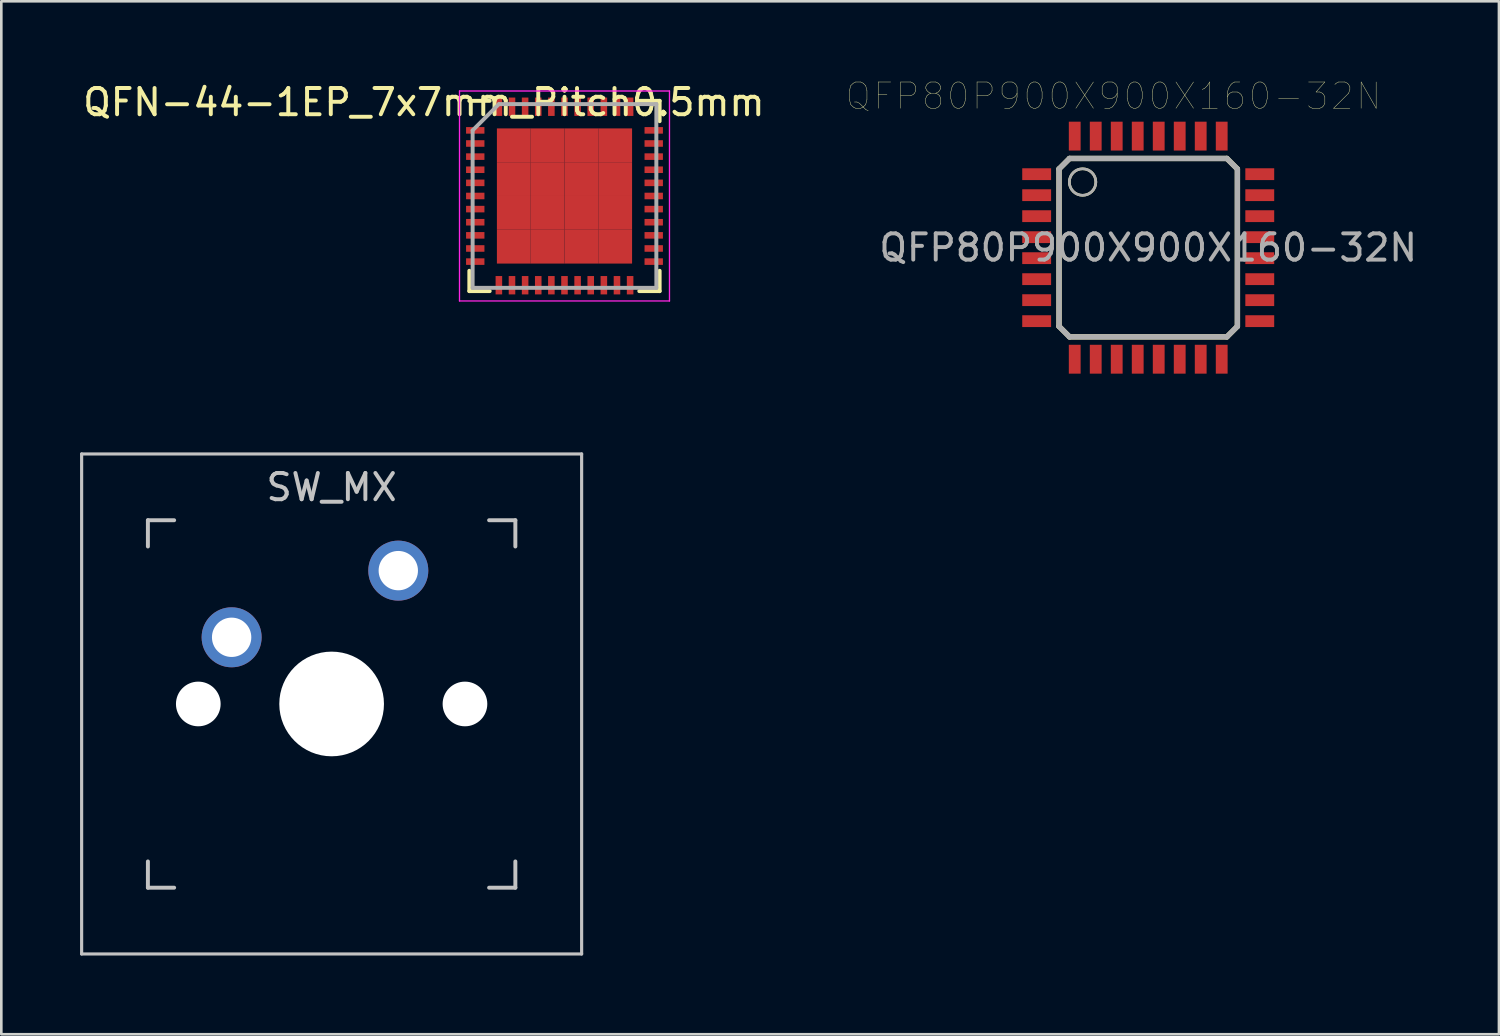
<source format=kicad_pcb>
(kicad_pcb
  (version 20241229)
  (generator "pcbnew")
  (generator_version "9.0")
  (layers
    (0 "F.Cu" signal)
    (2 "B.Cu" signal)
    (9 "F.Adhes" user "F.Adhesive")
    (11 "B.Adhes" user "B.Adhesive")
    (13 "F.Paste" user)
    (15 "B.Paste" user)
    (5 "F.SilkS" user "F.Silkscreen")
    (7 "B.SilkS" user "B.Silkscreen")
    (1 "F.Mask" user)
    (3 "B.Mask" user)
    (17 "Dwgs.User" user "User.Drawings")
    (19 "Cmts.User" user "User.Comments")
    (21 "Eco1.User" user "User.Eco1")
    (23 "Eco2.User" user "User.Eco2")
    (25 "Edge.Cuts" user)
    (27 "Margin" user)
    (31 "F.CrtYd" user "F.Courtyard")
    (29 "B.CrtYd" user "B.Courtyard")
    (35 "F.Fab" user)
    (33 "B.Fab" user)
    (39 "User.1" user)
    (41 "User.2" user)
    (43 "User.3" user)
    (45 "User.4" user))
  (footprint "SW_MX"
    (layer "F.Cu")
    (at 9.585 23.771)
    (property "Reference" "SW_MX" (at 0 -8.255 0) (layer "Dwgs.User") (effects (font (size 1 1) (thickness 0.15))))
    (attr through_hole)
    (fp_line (start -9.525 -9.525) (end -9.525 9.525) (stroke (width 0.12) (type solid)) (layer "Dwgs.User"))
    (fp_line (start -9.525 9.525) (end 9.525 9.525) (stroke (width 0.12) (type solid)) (layer "Dwgs.User"))
    (fp_line (start -7 -6) (end -7 -7) (stroke (width 0.15) (type solid)) (layer "Dwgs.User"))
    (fp_line (start -7 7) (end -7 6) (stroke (width 0.15) (type solid)) (layer "Dwgs.User"))
    (fp_line (start -7 7) (end -6 7) (stroke (width 0.15) (type solid)) (layer "Dwgs.User"))
    (fp_line (start -6 -7) (end -7 -7) (stroke (width 0.15) (type solid)) (layer "Dwgs.User"))
    (fp_line (start 6 7) (end 7 7) (stroke (width 0.15) (type solid)) (layer "Dwgs.User"))
    (fp_line (start 7 -7) (end 6 -7) (stroke (width 0.15) (type solid)) (layer "Dwgs.User"))
    (fp_line (start 7 -7) (end 7 -6) (stroke (width 0.15) (type solid)) (layer "Dwgs.User"))
    (fp_line (start 7 6) (end 7 7) (stroke (width 0.15) (type solid)) (layer "Dwgs.User"))
    (fp_line (start 9.525 -9.525) (end -9.525 -9.525) (stroke (width 0.12) (type solid)) (layer "Dwgs.User"))
    (fp_line (start 9.525 9.525) (end 9.525 -9.525) (stroke (width 0.12) (type solid)) (layer "Dwgs.User"))
    (fp_line (start -6.9 6.9) (end -6.9 -6.9) (stroke (width 0.15) (type solid)) (layer "Eco2.User"))
    (fp_line (start -6.9 6.9) (end 6.9 6.9) (stroke (width 0.15) (type solid)) (layer "Eco2.User"))
    (fp_line (start 6.9 -6.9) (end -6.9 -6.9) (stroke (width 0.15) (type solid)) (layer "Eco2.User"))
    (fp_line (start 6.9 -6.9) (end 6.9 6.9) (stroke (width 0.15) (type solid)) (layer "Eco2.User"))
    (pad "" np_thru_hole circle (at -5.08 0) (size 1.702 1.702) (drill 1.702) (layers "*.Cu" "*.Mask"))
    (pad "" np_thru_hole circle (at 0 0) (size 3.988 3.988) (drill 3.988) (layers "*.Cu" "*.Mask"))
    (pad "" np_thru_hole circle (at 5.08 0) (size 1.702 1.702) (drill 1.702) (layers "*.Cu" "*.Mask"))
    (pad "1" thru_hole circle (at -3.81 -2.54) (size 2.286 2.286) (drill 1.499) (layers "*.Cu" "*.Mask"))
    (pad "2" thru_hole circle (at 2.54 -5.08) (size 2.286 2.286) (drill 1.499) (layers "*.Cu" "*.Mask")))
  (footprint "QFN-44-1EP_7x7mm_Pitch0.5mm"
    (layer "F.Cu")
    (at 18.457 4.417)
    (property "Reference" "QFN-44-1EP_7x7mm_Pitch0.5mm" (at -5.356 -3.569 0) (layer "F.SilkS") (effects (font (size 1 1) (thickness 0.15))))
    (attr smd)
    (fp_line (start -3.625 -3.625) (end -2.85 -3.625) (stroke (width 0.15) (type solid)) (layer "F.SilkS"))
    (fp_line (start -3.625 3.625) (end -3.625 2.85) (stroke (width 0.15) (type solid)) (layer "F.SilkS"))
    (fp_line (start -3.625 3.625) (end -2.85 3.625) (stroke (width 0.15) (type solid)) (layer "F.SilkS"))
    (fp_line (start 3.625 -3.625) (end 2.85 -3.625) (stroke (width 0.15) (type solid)) (layer "F.SilkS"))
    (fp_line (start 3.625 -3.625) (end 3.625 -2.85) (stroke (width 0.15) (type solid)) (layer "F.SilkS"))
    (fp_line (start 3.625 3.625) (end 2.85 3.625) (stroke (width 0.15) (type solid)) (layer "F.SilkS"))
    (fp_line (start 3.625 3.625) (end 3.625 2.85) (stroke (width 0.15) (type solid)) (layer "F.SilkS"))
    (fp_line (start -4 -4) (end -4 4) (stroke (width 0.05) (type solid)) (layer "F.CrtYd"))
    (fp_line (start -4 -4) (end 4 -4) (stroke (width 0.05) (type solid)) (layer "F.CrtYd"))
    (fp_line (start -4 4) (end 4 4) (stroke (width 0.05) (type solid)) (layer "F.CrtYd"))
    (fp_line (start 4 -4) (end 4 4) (stroke (width 0.05) (type solid)) (layer "F.CrtYd"))
    (fp_line (start -3.5 -2.5) (end -2.5 -3.5) (stroke (width 0.15) (type solid)) (layer "F.Fab"))
    (fp_line (start -3.5 3.5) (end -3.5 -2.5) (stroke (width 0.15) (type solid)) (layer "F.Fab"))
    (fp_line (start -2.5 -3.5) (end 3.5 -3.5) (stroke (width 0.15) (type solid)) (layer "F.Fab"))
    (fp_line (start 3.5 -3.5) (end 3.5 3.5) (stroke (width 0.15) (type solid)) (layer "F.Fab"))
    (fp_line (start 3.5 3.5) (end -3.5 3.5) (stroke (width 0.15) (type solid)) (layer "F.Fab"))
    (pad "1" smd rect (at -3.4 -2.5) (size 0.7 0.25) (layers "F.Cu" "F.Mask" "F.Paste"))
    (pad "2" smd rect (at -3.4 -2) (size 0.7 0.25) (layers "F.Cu" "F.Mask" "F.Paste"))
    (pad "3" smd rect (at -3.4 -1.5) (size 0.7 0.25) (layers "F.Cu" "F.Mask" "F.Paste"))
    (pad "4" smd rect (at -3.4 -1) (size 0.7 0.25) (layers "F.Cu" "F.Mask" "F.Paste"))
    (pad "5" smd rect (at -3.4 -0.5) (size 0.7 0.25) (layers "F.Cu" "F.Mask" "F.Paste"))
    (pad "6" smd rect (at -3.4 0) (size 0.7 0.25) (layers "F.Cu" "F.Mask" "F.Paste"))
    (pad "7" smd rect (at -3.4 0.5) (size 0.7 0.25) (layers "F.Cu" "F.Mask" "F.Paste"))
    (pad "8" smd rect (at -3.4 1) (size 0.7 0.25) (layers "F.Cu" "F.Mask" "F.Paste"))
    (pad "9" smd rect (at -3.4 1.5) (size 0.7 0.25) (layers "F.Cu" "F.Mask" "F.Paste"))
    (pad "10" smd rect (at -3.4 2) (size 0.7 0.25) (layers "F.Cu" "F.Mask" "F.Paste"))
    (pad "11" smd rect (at -3.4 2.5) (size 0.7 0.25) (layers "F.Cu" "F.Mask" "F.Paste"))
    (pad "12" smd rect (at -2.5 3.4 90) (size 0.7 0.25) (layers "F.Cu" "F.Mask" "F.Paste"))
    (pad "13" smd rect (at -2 3.4 90) (size 0.7 0.25) (layers "F.Cu" "F.Mask" "F.Paste"))
    (pad "14" smd rect (at -1.5 3.4 90) (size 0.7 0.25) (layers "F.Cu" "F.Mask" "F.Paste"))
    (pad "15" smd rect (at -1 3.4 90) (size 0.7 0.25) (layers "F.Cu" "F.Mask" "F.Paste"))
    (pad "16" smd rect (at -0.5 3.4 90) (size 0.7 0.25) (layers "F.Cu" "F.Mask" "F.Paste"))
    (pad "17" smd rect (at 0 3.4 90) (size 0.7 0.25) (layers "F.Cu" "F.Mask" "F.Paste"))
    (pad "18" smd rect (at 0.5 3.4 90) (size 0.7 0.25) (layers "F.Cu" "F.Mask" "F.Paste"))
    (pad "19" smd rect (at 1 3.4 90) (size 0.7 0.25) (layers "F.Cu" "F.Mask" "F.Paste"))
    (pad "20" smd rect (at 1.5 3.4 90) (size 0.7 0.25) (layers "F.Cu" "F.Mask" "F.Paste"))
    (pad "21" smd rect (at 2 3.4 90) (size 0.7 0.25) (layers "F.Cu" "F.Mask" "F.Paste"))
    (pad "22" smd rect (at 2.5 3.4 90) (size 0.7 0.25) (layers "F.Cu" "F.Mask" "F.Paste"))
    (pad "23" smd rect (at 3.4 2.5) (size 0.7 0.25) (layers "F.Cu" "F.Mask" "F.Paste"))
    (pad "24" smd rect (at 3.4 2) (size 0.7 0.25) (layers "F.Cu" "F.Mask" "F.Paste"))
    (pad "25" smd rect (at 3.4 1.5) (size 0.7 0.25) (layers "F.Cu" "F.Mask" "F.Paste"))
    (pad "26" smd rect (at 3.4 1) (size 0.7 0.25) (layers "F.Cu" "F.Mask" "F.Paste"))
    (pad "27" smd rect (at 3.4 0.5) (size 0.7 0.25) (layers "F.Cu" "F.Mask" "F.Paste"))
    (pad "28" smd rect (at 3.4 0) (size 0.7 0.25) (layers "F.Cu" "F.Mask" "F.Paste"))
    (pad "29" smd rect (at 3.4 -0.5) (size 0.7 0.25) (layers "F.Cu" "F.Mask" "F.Paste"))
    (pad "30" smd rect (at 3.4 -1) (size 0.7 0.25) (layers "F.Cu" "F.Mask" "F.Paste"))
    (pad "31" smd rect (at 3.4 -1.5) (size 0.7 0.25) (layers "F.Cu" "F.Mask" "F.Paste"))
    (pad "32" smd rect (at 3.4 -2) (size 0.7 0.25) (layers "F.Cu" "F.Mask" "F.Paste"))
    (pad "33" smd rect (at 3.4 -2.5) (size 0.7 0.25) (layers "F.Cu" "F.Mask" "F.Paste"))
    (pad "34" smd rect (at 2.5 -3.4 90) (size 0.7 0.25) (layers "F.Cu" "F.Mask" "F.Paste"))
    (pad "35" smd rect (at -1.931 -1.931) (size 1.288 1.288) (layers "F.Cu" "F.Mask" "F.Paste"))
    (pad "35" smd rect (at -1.931 -0.644) (size 1.288 1.288) (layers "F.Cu" "F.Mask" "F.Paste"))
    (pad "35" smd rect (at -1.931 0.644) (size 1.288 1.288) (layers "F.Cu" "F.Mask" "F.Paste"))
    (pad "35" smd rect (at -1.931 1.931) (size 1.288 1.288) (layers "F.Cu" "F.Mask" "F.Paste"))
    (pad "35" smd rect (at -0.644 -1.931) (size 1.288 1.288) (layers "F.Cu" "F.Mask" "F.Paste"))
    (pad "35" smd rect (at -0.644 -0.644) (size 1.288 1.288) (layers "F.Cu" "F.Mask" "F.Paste"))
    (pad "35" smd rect (at -0.644 0.644) (size 1.288 1.288) (layers "F.Cu" "F.Mask" "F.Paste"))
    (pad "35" smd rect (at -0.644 1.931) (size 1.288 1.288) (layers "F.Cu" "F.Mask" "F.Paste"))
    (pad "35" smd rect (at 0.644 -1.931) (size 1.288 1.288) (layers "F.Cu" "F.Mask" "F.Paste"))
    (pad "35" smd rect (at 0.644 -0.644) (size 1.288 1.288) (layers "F.Cu" "F.Mask" "F.Paste"))
    (pad "35" smd rect (at 0.644 0.644) (size 1.288 1.288) (layers "F.Cu" "F.Mask" "F.Paste"))
    (pad "35" smd rect (at 0.644 1.931) (size 1.288 1.288) (layers "F.Cu" "F.Mask" "F.Paste"))
    (pad "35" smd rect (at 1.931 -1.931) (size 1.288 1.288) (layers "F.Cu" "F.Mask" "F.Paste"))
    (pad "35" smd rect (at 1.931 -0.644) (size 1.288 1.288) (layers "F.Cu" "F.Mask" "F.Paste"))
    (pad "35" smd rect (at 1.931 0.644) (size 1.288 1.288) (layers "F.Cu" "F.Mask" "F.Paste"))
    (pad "35" smd rect (at 1.931 1.931) (size 1.288 1.288) (layers "F.Cu" "F.Mask" "F.Paste"))
    (pad "35" smd rect (at 2 -3.4 90) (size 0.7 0.25) (layers "F.Cu" "F.Mask" "F.Paste"))
    (pad "36" smd rect (at 1.5 -3.4 90) (size 0.7 0.25) (layers "F.Cu" "F.Mask" "F.Paste"))
    (pad "37" smd rect (at 1 -3.4 90) (size 0.7 0.25) (layers "F.Cu" "F.Mask" "F.Paste"))
    (pad "38" smd rect (at 0.5 -3.4 90) (size 0.7 0.25) (layers "F.Cu" "F.Mask" "F.Paste"))
    (pad "39" smd rect (at 0 -3.4 90) (size 0.7 0.25) (layers "F.Cu" "F.Mask" "F.Paste"))
    (pad "40" smd rect (at -0.5 -3.4 90) (size 0.7 0.25) (layers "F.Cu" "F.Mask" "F.Paste"))
    (pad "41" smd rect (at -1 -3.4 90) (size 0.7 0.25) (layers "F.Cu" "F.Mask" "F.Paste"))
    (pad "42" smd rect (at -1.5 -3.4 90) (size 0.7 0.25) (layers "F.Cu" "F.Mask" "F.Paste"))
    (pad "43" smd rect (at -2 -3.4 90) (size 0.7 0.25) (layers "F.Cu" "F.Mask" "F.Paste"))
    (pad "44" smd rect (at -2.5 -3.4 90) (size 0.7 0.25) (layers "F.Cu" "F.Mask" "F.Paste")))
  (footprint "QFP80P900X900X160-32N"
    (layer "F.Cu")
    (at 40.697 6.386)
    (property "Reference" "QFP80P900X900X160-32N" (at -1.326 -5.774 0) (layer "F.SilkS") (effects (font (size 1.001 1.001) (thickness 0.015))))
    (attr through_hole)
    (fp_line (start -3.398 -2.998) (end -3.398 2.998) (stroke (width 0.203) (type solid)) (layer "F.SilkS"))
    (fp_line (start -3.398 2.998) (end -2.998 3.398) (stroke (width 0.203) (type solid)) (layer "F.SilkS"))
    (fp_line (start -2.998 -3.398) (end -3.398 -2.998) (stroke (width 0.203) (type solid)) (layer "F.SilkS"))
    (fp_line (start -2.998 3.398) (end 2.998 3.398) (stroke (width 0.203) (type solid)) (layer "F.SilkS"))
    (fp_line (start 2.998 -3.398) (end -2.998 -3.398) (stroke (width 0.203) (type solid)) (layer "F.SilkS"))
    (fp_line (start 2.998 3.398) (end 3.398 2.998) (stroke (width 0.203) (type solid)) (layer "F.SilkS"))
    (fp_line (start 3.398 -2.998) (end 2.998 -3.398) (stroke (width 0.203) (type solid)) (layer "F.SilkS"))
    (fp_line (start 3.398 2.998) (end 3.398 -2.998) (stroke (width 0.203) (type solid)) (layer "F.SilkS"))
    (fp_circle (center -2.5 -2.5) (end -1.995 -2.5) (stroke (width 0.1) (type solid)) (fill no) (layer "F.SilkS"))
    (fp_line (start -3.398 -2.998) (end -3.398 2.998) (stroke (width 0.203) (type solid)) (layer "F.Fab"))
    (fp_line (start -3.398 2.998) (end -2.998 3.398) (stroke (width 0.203) (type solid)) (layer "F.Fab"))
    (fp_line (start -2.998 -3.398) (end -3.398 -2.998) (stroke (width 0.203) (type solid)) (layer "F.Fab"))
    (fp_line (start -2.998 3.398) (end 2.998 3.398) (stroke (width 0.203) (type solid)) (layer "F.Fab"))
    (fp_line (start 2.998 -3.398) (end -2.998 -3.398) (stroke (width 0.203) (type solid)) (layer "F.Fab"))
    (fp_line (start 2.998 3.398) (end 3.398 2.998) (stroke (width 0.203) (type solid)) (layer "F.Fab"))
    (fp_line (start 3.398 -2.998) (end 2.998 -3.398) (stroke (width 0.203) (type solid)) (layer "F.Fab"))
    (fp_line (start 3.398 2.998) (end 3.398 -2.998) (stroke (width 0.203) (type solid)) (layer "F.Fab"))
    (fp_circle (center -2.5 -2.5) (end -1.995 -2.5) (stroke (width 0.1) (type solid)) (fill no) (layer "F.Fab"))
    (fp_text user "${REFERENCE}" (at 0 0 0) (layer "F.Fab") (effects (font (size 1 1) (thickness 0.15))))
    (pad "1" smd rect (at -4.25 -2.8) (size 1.1 0.45) (layers "F.Cu" "F.Mask" "F.Paste"))
    (pad "2" smd rect (at -4.25 -2) (size 1.1 0.45) (layers "F.Cu" "F.Mask" "F.Paste"))
    (pad "3" smd rect (at -4.25 -1.2) (size 1.1 0.45) (layers "F.Cu" "F.Mask" "F.Paste"))
    (pad "4" smd rect (at -4.25 -0.4) (size 1.1 0.45) (layers "F.Cu" "F.Mask" "F.Paste"))
    (pad "5" smd rect (at -4.25 0.4) (size 1.1 0.45) (layers "F.Cu" "F.Mask" "F.Paste"))
    (pad "6" smd rect (at -4.25 1.2) (size 1.1 0.45) (layers "F.Cu" "F.Mask" "F.Paste"))
    (pad "7" smd rect (at -4.25 2) (size 1.1 0.45) (layers "F.Cu" "F.Mask" "F.Paste"))
    (pad "8" smd rect (at -4.25 2.8) (size 1.1 0.45) (layers "F.Cu" "F.Mask" "F.Paste"))
    (pad "9" smd rect (at -2.8 4.25) (size 0.45 1.1) (layers "F.Cu" "F.Mask" "F.Paste"))
    (pad "10" smd rect (at -2 4.25) (size 0.45 1.1) (layers "F.Cu" "F.Mask" "F.Paste"))
    (pad "11" smd rect (at -1.2 4.25) (size 0.45 1.1) (layers "F.Cu" "F.Mask" "F.Paste"))
    (pad "12" smd rect (at -0.4 4.25) (size 0.45 1.1) (layers "F.Cu" "F.Mask" "F.Paste"))
    (pad "13" smd rect (at 0.4 4.25) (size 0.45 1.1) (layers "F.Cu" "F.Mask" "F.Paste"))
    (pad "14" smd rect (at 1.2 4.25) (size 0.45 1.1) (layers "F.Cu" "F.Mask" "F.Paste"))
    (pad "15" smd rect (at 2 4.25) (size 0.45 1.1) (layers "F.Cu" "F.Mask" "F.Paste"))
    (pad "16" smd rect (at 2.8 4.25) (size 0.45 1.1) (layers "F.Cu" "F.Mask" "F.Paste"))
    (pad "17" smd rect (at 4.25 2.8) (size 1.1 0.45) (layers "F.Cu" "F.Mask" "F.Paste"))
    (pad "18" smd rect (at 4.25 2) (size 1.1 0.45) (layers "F.Cu" "F.Mask" "F.Paste"))
    (pad "19" smd rect (at 4.25 1.2) (size 1.1 0.45) (layers "F.Cu" "F.Mask" "F.Paste"))
    (pad "20" smd rect (at 4.25 0.4) (size 1.1 0.45) (layers "F.Cu" "F.Mask" "F.Paste"))
    (pad "21" smd rect (at 4.25 -0.4) (size 1.1 0.45) (layers "F.Cu" "F.Mask" "F.Paste"))
    (pad "22" smd rect (at 4.25 -1.2) (size 1.1 0.45) (layers "F.Cu" "F.Mask" "F.Paste"))
    (pad "23" smd rect (at 4.25 -2) (size 1.1 0.45) (layers "F.Cu" "F.Mask" "F.Paste"))
    (pad "24" smd rect (at 4.25 -2.8) (size 1.1 0.45) (layers "F.Cu" "F.Mask" "F.Paste"))
    (pad "25" smd rect (at 2.8 -4.25) (size 0.45 1.1) (layers "F.Cu" "F.Mask" "F.Paste"))
    (pad "26" smd rect (at 2 -4.25) (size 0.45 1.1) (layers "F.Cu" "F.Mask" "F.Paste"))
    (pad "27" smd rect (at 1.2 -4.25) (size 0.45 1.1) (layers "F.Cu" "F.Mask" "F.Paste"))
    (pad "28" smd rect (at 0.4 -4.25) (size 0.45 1.1) (layers "F.Cu" "F.Mask" "F.Paste"))
    (pad "29" smd rect (at -0.4 -4.25) (size 0.45 1.1) (layers "F.Cu" "F.Mask" "F.Paste"))
    (pad "30" smd rect (at -1.2 -4.25) (size 0.45 1.1) (layers "F.Cu" "F.Mask" "F.Paste"))
    (pad "31" smd rect (at -2 -4.25) (size 0.45 1.1) (layers "F.Cu" "F.Mask" "F.Paste"))
    (pad "32" smd rect (at -2.8 -4.25) (size 0.45 1.1) (layers "F.Cu" "F.Mask" "F.Paste")))
  (gr_rect
    (start -3 -3)
    (end 54.06 36.356)
    (stroke (width 0.1) (type default))
    (fill no)
    (layer "Edge.Cuts")))
</source>
